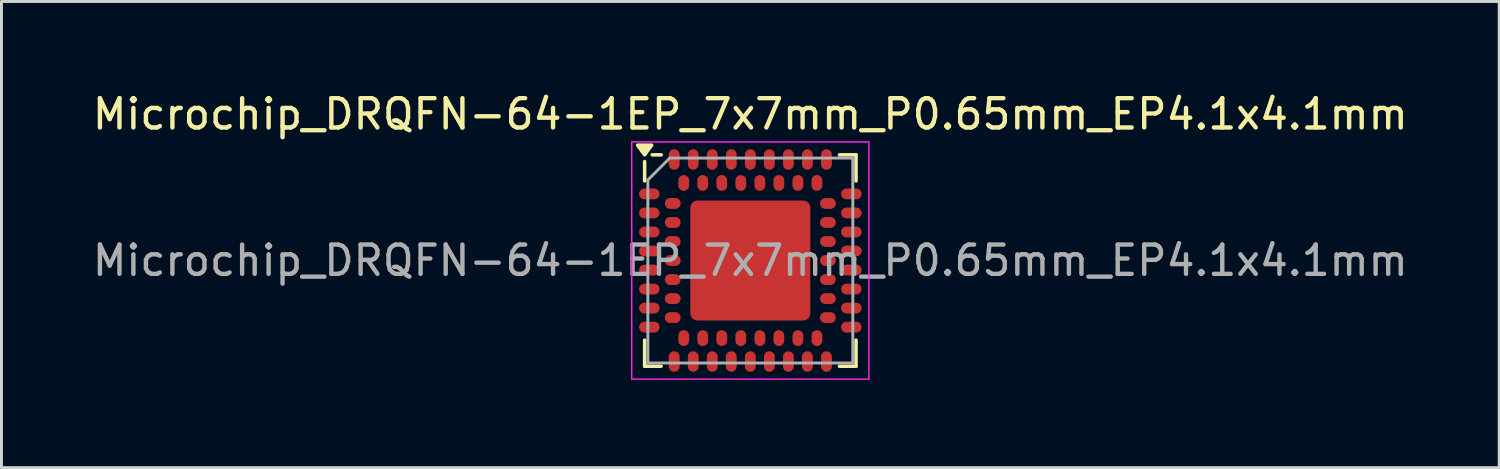
<source format=kicad_pcb>
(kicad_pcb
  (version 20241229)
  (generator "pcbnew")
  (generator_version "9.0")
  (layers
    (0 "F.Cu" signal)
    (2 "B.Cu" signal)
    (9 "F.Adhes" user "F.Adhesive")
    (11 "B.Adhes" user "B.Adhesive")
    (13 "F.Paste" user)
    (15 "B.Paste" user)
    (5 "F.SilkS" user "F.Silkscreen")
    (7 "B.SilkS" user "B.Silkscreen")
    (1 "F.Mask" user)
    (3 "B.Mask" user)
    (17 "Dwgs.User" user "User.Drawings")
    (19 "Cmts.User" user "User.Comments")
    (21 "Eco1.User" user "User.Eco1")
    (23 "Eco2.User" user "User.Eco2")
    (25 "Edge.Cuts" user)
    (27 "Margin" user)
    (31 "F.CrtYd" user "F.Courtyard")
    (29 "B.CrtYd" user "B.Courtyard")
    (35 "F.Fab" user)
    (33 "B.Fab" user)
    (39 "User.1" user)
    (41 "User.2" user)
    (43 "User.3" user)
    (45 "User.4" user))
  (footprint "Microchip_DRQFN-64-1EP_7x7mm_P0.65mm_EP4.1x4.1mm"
    (layer "F.Cu")
    (at 22.577 5.848)
    (property "Reference" "Microchip_DRQFN-64-1EP_7x7mm_P0.65mm_EP4.1x4.1mm" (at 0 -5 0) (layer "F.SilkS") (effects (font (size 1 1) (thickness 0.15))))
    (attr smd)
    (fp_line (start -3.61 -3.38) (end -3.61 -2.72) (stroke (width 0.12) (type solid)) (layer "F.SilkS"))
    (fp_line (start -3.61 3.61) (end -3.61 2.72) (stroke (width 0.12) (type solid)) (layer "F.SilkS"))
    (fp_line (start -3.045 -3.61) (end -3.35 -3.61) (stroke (width 0.12) (type solid)) (layer "F.SilkS"))
    (fp_line (start -3.045 3.61) (end -3.61 3.61) (stroke (width 0.12) (type solid)) (layer "F.SilkS"))
    (fp_line (start 3.045 -3.61) (end 3.61 -3.61) (stroke (width 0.12) (type solid)) (layer "F.SilkS"))
    (fp_line (start 3.61 -3.61) (end 3.61 -2.72) (stroke (width 0.12) (type solid)) (layer "F.SilkS"))
    (fp_line (start 3.61 2.72) (end 3.61 3.61) (stroke (width 0.12) (type solid)) (layer "F.SilkS"))
    (fp_line (start 3.61 3.61) (end 3.045 3.61) (stroke (width 0.12) (type solid)) (layer "F.SilkS"))
    (fp_poly (pts (xy -3.61 -3.61) (xy -3.85 -3.94) (xy -3.37 -3.94) (xy -3.61 -3.61)) (stroke (width 0.12) (type solid)) (fill yes) (layer "F.SilkS"))
    (fp_line (start -4.05 -4.05) (end 4.05 -4.05) (stroke (width 0.05) (type solid)) (layer "F.CrtYd"))
    (fp_line (start -4.05 4.05) (end -4.05 -4.05) (stroke (width 0.05) (type solid)) (layer "F.CrtYd"))
    (fp_line (start 4.05 -4.05) (end 4.05 4.05) (stroke (width 0.05) (type solid)) (layer "F.CrtYd"))
    (fp_line (start 4.05 4.05) (end -4.05 4.05) (stroke (width 0.05) (type solid)) (layer "F.CrtYd"))
    (fp_line (start -3.5 -2.75) (end -2.75 -3.5) (stroke (width 0.1) (type solid)) (layer "F.Fab"))
    (fp_line (start -3.5 3.5) (end -3.5 -2.75) (stroke (width 0.1) (type solid)) (layer "F.Fab"))
    (fp_line (start -2.75 -3.5) (end 3.5 -3.5) (stroke (width 0.1) (type solid)) (layer "F.Fab"))
    (fp_line (start 3.5 -3.5) (end 3.5 3.5) (stroke (width 0.1) (type solid)) (layer "F.Fab"))
    (fp_line (start 3.5 3.5) (end -3.5 3.5) (stroke (width 0.1) (type solid)) (layer "F.Fab"))
    (fp_text user "${REFERENCE}" (at 0 0 0) (layer "F.Fab") (effects (font (size 1 1) (thickness 0.15))))
    (pad "" smd roundrect (at -1.3 -1.3) (size 1.15 1.15) (layers "F.Paste") (roundrect_rratio 0.1))
    (pad "" smd roundrect (at -1.3 0) (size 1.15 1.15) (layers "F.Paste") (roundrect_rratio 0.1))
    (pad "" smd roundrect (at -1.3 1.3) (size 1.15 1.15) (layers "F.Paste") (roundrect_rratio 0.1))
    (pad "" smd roundrect (at 0 -1.3) (size 1.15 1.15) (layers "F.Paste") (roundrect_rratio 0.1))
    (pad "" smd roundrect (at 0 0) (size 1.15 1.15) (layers "F.Paste") (roundrect_rratio 0.1))
    (pad "" smd roundrect (at 0 1.3) (size 1.15 1.15) (layers "F.Paste") (roundrect_rratio 0.1))
    (pad "" smd roundrect (at 1.3 -1.3) (size 1.15 1.15) (layers "F.Paste") (roundrect_rratio 0.1))
    (pad "" smd roundrect (at 1.3 0) (size 1.15 1.15) (layers "F.Paste") (roundrect_rratio 0.1))
    (pad "" smd roundrect (at 1.3 1.3) (size 1.15 1.15) (layers "F.Paste") (roundrect_rratio 0.1))
    (pad "A1" smd oval (at -3.45 -2.275) (size 0.7 0.37) (layers "F.Cu" "F.Mask" "F.Paste"))
    (pad "A2" smd oval (at -3.45 -1.625) (size 0.7 0.37) (layers "F.Cu" "F.Mask" "F.Paste"))
    (pad "A3" smd oval (at -3.45 -0.975) (size 0.7 0.37) (layers "F.Cu" "F.Mask" "F.Paste"))
    (pad "A4" smd oval (at -3.45 -0.325) (size 0.7 0.37) (layers "F.Cu" "F.Mask" "F.Paste"))
    (pad "A5" smd oval (at -3.45 0.325) (size 0.7 0.37) (layers "F.Cu" "F.Mask" "F.Paste"))
    (pad "A6" smd oval (at -3.45 0.975) (size 0.7 0.37) (layers "F.Cu" "F.Mask" "F.Paste"))
    (pad "A7" smd oval (at -3.45 1.625) (size 0.7 0.37) (layers "F.Cu" "F.Mask" "F.Paste"))
    (pad "A8" smd oval (at -3.45 2.275) (size 0.7 0.37) (layers "F.Cu" "F.Mask" "F.Paste"))
    (pad "A9" smd oval (at -2.6 3.45) (size 0.37 0.7) (layers "F.Cu" "F.Mask" "F.Paste"))
    (pad "A10" smd oval (at -1.95 3.45) (size 0.37 0.7) (layers "F.Cu" "F.Mask" "F.Paste"))
    (pad "A11" smd oval (at -1.3 3.45) (size 0.37 0.7) (layers "F.Cu" "F.Mask" "F.Paste"))
    (pad "A12" smd oval (at -0.65 3.45) (size 0.37 0.7) (layers "F.Cu" "F.Mask" "F.Paste"))
    (pad "A13" smd oval (at 0 3.45) (size 0.37 0.7) (layers "F.Cu" "F.Mask" "F.Paste"))
    (pad "A14" smd oval (at 0.65 3.45) (size 0.37 0.7) (layers "F.Cu" "F.Mask" "F.Paste"))
    (pad "A15" smd oval (at 1.3 3.45) (size 0.37 0.7) (layers "F.Cu" "F.Mask" "F.Paste"))
    (pad "A16" smd oval (at 1.95 3.45) (size 0.37 0.7) (layers "F.Cu" "F.Mask" "F.Paste"))
    (pad "A17" smd oval (at 2.6 3.45) (size 0.37 0.7) (layers "F.Cu" "F.Mask" "F.Paste"))
    (pad "A18" smd oval (at 3.45 2.275) (size 0.7 0.37) (layers "F.Cu" "F.Mask" "F.Paste"))
    (pad "A19" smd oval (at 3.45 1.625) (size 0.7 0.37) (layers "F.Cu" "F.Mask" "F.Paste"))
    (pad "A20" smd oval (at 3.45 0.975) (size 0.7 0.37) (layers "F.Cu" "F.Mask" "F.Paste"))
    (pad "A21" smd oval (at 3.45 0.325) (size 0.7 0.37) (layers "F.Cu" "F.Mask" "F.Paste"))
    (pad "A22" smd oval (at 3.45 -0.325) (size 0.7 0.37) (layers "F.Cu" "F.Mask" "F.Paste"))
    (pad "A23" smd oval (at 3.45 -0.975) (size 0.7 0.37) (layers "F.Cu" "F.Mask" "F.Paste"))
    (pad "A24" smd oval (at 3.45 -1.625) (size 0.7 0.37) (layers "F.Cu" "F.Mask" "F.Paste"))
    (pad "A25" smd oval (at 3.45 -2.275) (size 0.7 0.37) (layers "F.Cu" "F.Mask" "F.Paste"))
    (pad "A26" smd oval (at 2.6 -3.45) (size 0.37 0.7) (layers "F.Cu" "F.Mask" "F.Paste"))
    (pad "A27" smd oval (at 1.95 -3.45) (size 0.37 0.7) (layers "F.Cu" "F.Mask" "F.Paste"))
    (pad "A28" smd oval (at 1.3 -3.45) (size 0.37 0.7) (layers "F.Cu" "F.Mask" "F.Paste"))
    (pad "A29" smd oval (at 0.65 -3.45) (size 0.37 0.7) (layers "F.Cu" "F.Mask" "F.Paste"))
    (pad "A30" smd oval (at 0 -3.45) (size 0.37 0.7) (layers "F.Cu" "F.Mask" "F.Paste"))
    (pad "A31" smd oval (at -0.65 -3.45) (size 0.37 0.7) (layers "F.Cu" "F.Mask" "F.Paste"))
    (pad "A32" smd oval (at -1.3 -3.45) (size 0.37 0.7) (layers "F.Cu" "F.Mask" "F.Paste"))
    (pad "A33" smd oval (at -1.95 -3.45) (size 0.37 0.7) (layers "F.Cu" "F.Mask" "F.Paste"))
    (pad "A34" smd oval (at -2.6 -3.45) (size 0.37 0.7) (layers "F.Cu" "F.Mask" "F.Paste"))
    (pad "B1" smd oval (at -2.65 -1.95) (size 0.54 0.37) (layers "F.Cu" "F.Mask" "F.Paste"))
    (pad "B2" smd oval (at -2.65 -1.3) (size 0.54 0.37) (layers "F.Cu" "F.Mask" "F.Paste"))
    (pad "B3" smd oval (at -2.65 -0.65) (size 0.54 0.37) (layers "F.Cu" "F.Mask" "F.Paste"))
    (pad "B4" smd oval (at -2.65 0) (size 0.54 0.37) (layers "F.Cu" "F.Mask" "F.Paste"))
    (pad "B5" smd oval (at -2.65 0.65) (size 0.54 0.37) (layers "F.Cu" "F.Mask" "F.Paste"))
    (pad "B6" smd oval (at -2.65 1.3) (size 0.54 0.37) (layers "F.Cu" "F.Mask" "F.Paste"))
    (pad "B7" smd oval (at -2.65 1.95) (size 0.54 0.37) (layers "F.Cu" "F.Mask" "F.Paste"))
    (pad "B8" smd oval (at -2.275 2.65) (size 0.37 0.54) (layers "F.Cu" "F.Mask" "F.Paste"))
    (pad "B9" smd oval (at -1.625 2.65) (size 0.37 0.54) (layers "F.Cu" "F.Mask" "F.Paste"))
    (pad "B10" smd oval (at -0.975 2.65) (size 0.37 0.54) (layers "F.Cu" "F.Mask" "F.Paste"))
    (pad "B11" smd oval (at -0.325 2.65) (size 0.37 0.54) (layers "F.Cu" "F.Mask" "F.Paste"))
    (pad "B12" smd oval (at 0.325 2.65) (size 0.37 0.54) (layers "F.Cu" "F.Mask" "F.Paste"))
    (pad "B13" smd oval (at 0.975 2.65) (size 0.37 0.54) (layers "F.Cu" "F.Mask" "F.Paste"))
    (pad "B14" smd oval (at 1.625 2.65) (size 0.37 0.54) (layers "F.Cu" "F.Mask" "F.Paste"))
    (pad "B15" smd oval (at 2.275 2.65) (size 0.37 0.54) (layers "F.Cu" "F.Mask" "F.Paste"))
    (pad "B16" smd oval (at 2.65 1.95) (size 0.54 0.37) (layers "F.Cu" "F.Mask" "F.Paste"))
    (pad "B17" smd oval (at 2.65 1.3) (size 0.54 0.37) (layers "F.Cu" "F.Mask" "F.Paste"))
    (pad "B18" smd oval (at 2.65 0.65) (size 0.54 0.37) (layers "F.Cu" "F.Mask" "F.Paste"))
    (pad "B19" smd oval (at 2.65 0) (size 0.54 0.37) (layers "F.Cu" "F.Mask" "F.Paste"))
    (pad "B20" smd oval (at 2.65 -0.65) (size 0.54 0.37) (layers "F.Cu" "F.Mask" "F.Paste"))
    (pad "B21" smd oval (at 2.65 -1.3) (size 0.54 0.37) (layers "F.Cu" "F.Mask" "F.Paste"))
    (pad "B22" smd oval (at 2.65 -1.95) (size 0.54 0.37) (layers "F.Cu" "F.Mask" "F.Paste"))
    (pad "B23" smd oval (at 2.275 -2.65) (size 0.37 0.54) (layers "F.Cu" "F.Mask" "F.Paste"))
    (pad "B24" smd oval (at 1.625 -2.65) (size 0.37 0.54) (layers "F.Cu" "F.Mask" "F.Paste"))
    (pad "B25" smd oval (at 0.975 -2.65) (size 0.37 0.54) (layers "F.Cu" "F.Mask" "F.Paste"))
    (pad "B26" smd oval (at 0.325 -2.65) (size 0.37 0.54) (layers "F.Cu" "F.Mask" "F.Paste"))
    (pad "B27" smd oval (at -0.325 -2.65) (size 0.37 0.54) (layers "F.Cu" "F.Mask" "F.Paste"))
    (pad "B28" smd oval (at -0.975 -2.65) (size 0.37 0.54) (layers "F.Cu" "F.Mask" "F.Paste"))
    (pad "B29" smd oval (at -1.625 -2.65) (size 0.37 0.54) (layers "F.Cu" "F.Mask" "F.Paste"))
    (pad "B30" smd oval (at -2.275 -2.65) (size 0.37 0.54) (layers "F.Cu" "F.Mask" "F.Paste"))
    (pad "EP" smd roundrect (at 0 0) (size 4.1 4.1) (layers "F.Cu" "F.Mask") (roundrect_rratio 0.06)))
  (gr_rect
    (start -3 -3)
    (end 48.155 12.923)
    (stroke (width 0.1) (type default))
    (fill no)
    (layer "Edge.Cuts")))
</source>
